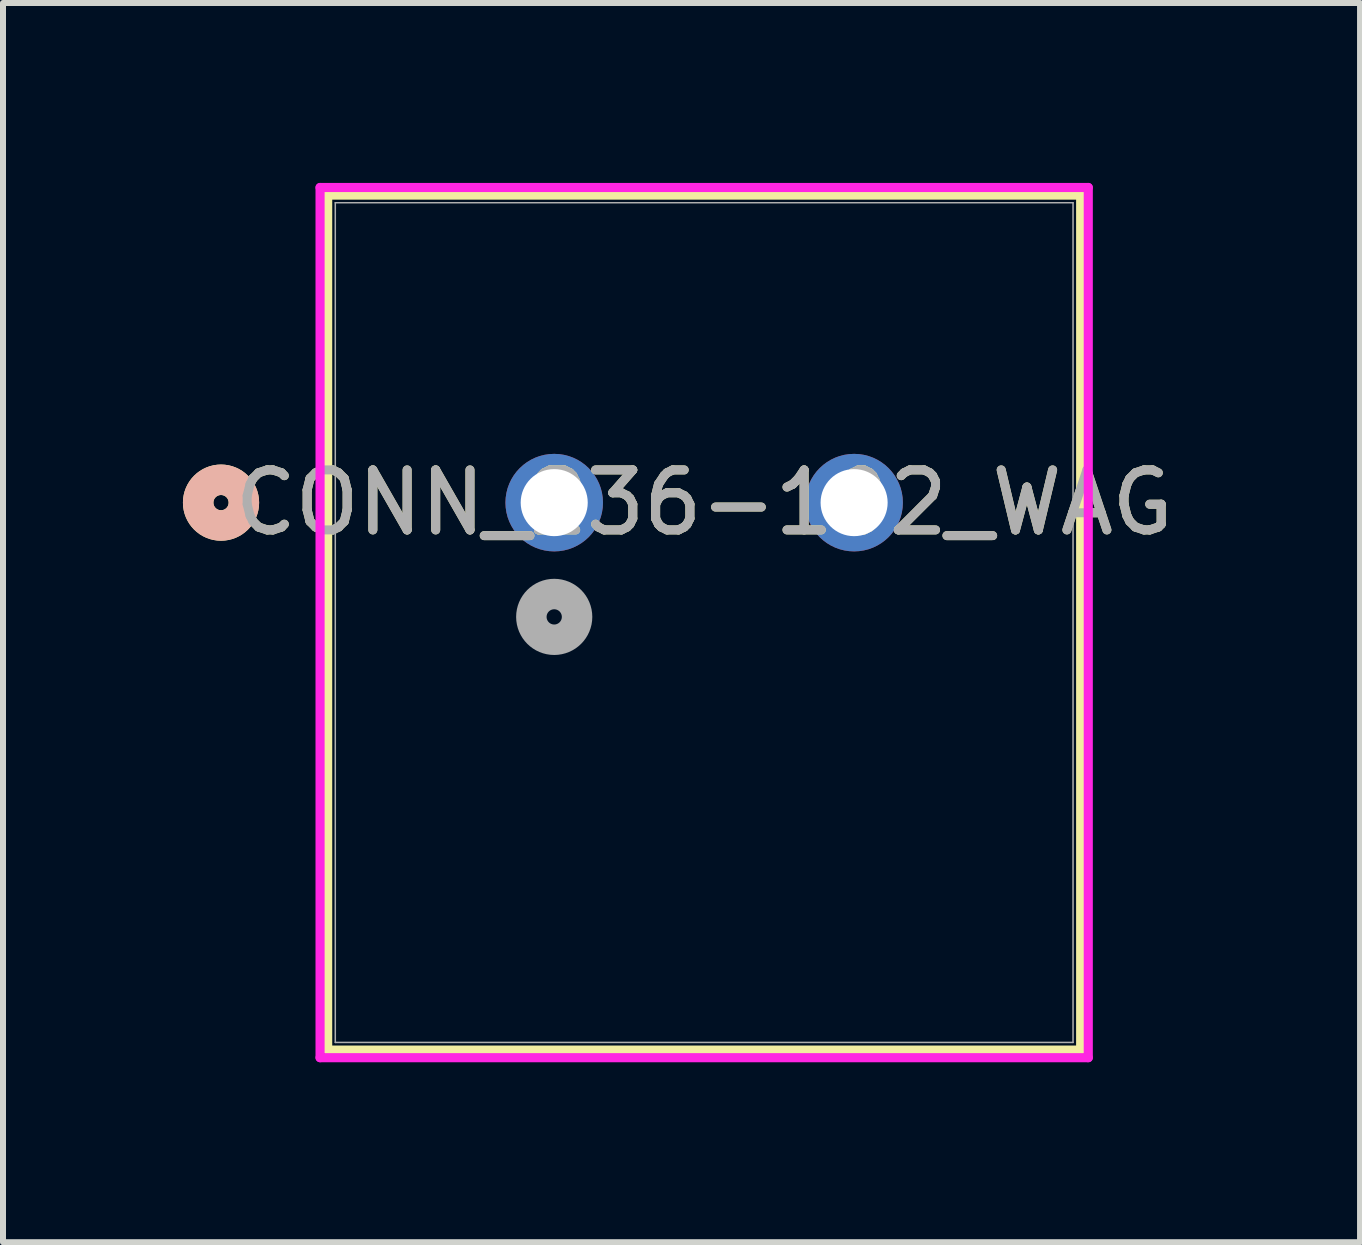
<source format=kicad_pcb>
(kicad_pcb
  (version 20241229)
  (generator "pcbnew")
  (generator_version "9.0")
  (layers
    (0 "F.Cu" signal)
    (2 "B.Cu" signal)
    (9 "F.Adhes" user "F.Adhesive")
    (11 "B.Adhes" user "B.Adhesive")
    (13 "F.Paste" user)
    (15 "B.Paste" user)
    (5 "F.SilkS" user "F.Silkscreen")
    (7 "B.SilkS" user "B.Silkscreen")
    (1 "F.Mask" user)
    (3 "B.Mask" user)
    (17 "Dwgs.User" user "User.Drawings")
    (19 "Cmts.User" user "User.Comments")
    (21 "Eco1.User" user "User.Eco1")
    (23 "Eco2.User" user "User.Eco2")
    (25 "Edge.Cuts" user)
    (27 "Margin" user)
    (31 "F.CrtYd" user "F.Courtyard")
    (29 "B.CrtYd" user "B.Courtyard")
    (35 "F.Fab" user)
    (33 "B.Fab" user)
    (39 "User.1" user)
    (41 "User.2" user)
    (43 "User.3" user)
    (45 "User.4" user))
  (footprint "CONN_236-102_WAG"
    (layer "F.Cu")
    (at 6.19 5.33)
    (property "Reference" "CONN_236-102_WAG" (at 2.5 0 0) (unlocked yes) (layer "F.SilkS") (effects (font (size 1 1) (thickness 0.15))))
    (attr through_hole)
    (fp_line (start -3.777 -5.127) (end -3.777 9.127) (stroke (width 0.152) (type solid)) (layer "F.SilkS"))
    (fp_line (start -3.777 9.127) (end 8.777 9.127) (stroke (width 0.152) (type solid)) (layer "F.SilkS"))
    (fp_line (start 8.777 -5.127) (end -3.777 -5.127) (stroke (width 0.152) (type solid)) (layer "F.SilkS"))
    (fp_line (start 8.777 9.127) (end 8.777 -5.127) (stroke (width 0.152) (type solid)) (layer "F.SilkS"))
    (fp_circle (center -5.555 0) (end -5.174 0) (stroke (width 0.508) (type solid)) (fill no) (layer "F.SilkS"))
    (fp_circle (center -5.555 0) (end -5.174 0) (stroke (width 0.508) (type solid)) (fill no) (layer "B.SilkS"))
    (fp_line (start -3.904 -5.254) (end -3.904 9.254) (stroke (width 0.152) (type solid)) (layer "F.CrtYd"))
    (fp_line (start -3.904 9.254) (end 8.904 9.254) (stroke (width 0.152) (type solid)) (layer "F.CrtYd"))
    (fp_line (start 8.904 -5.254) (end -3.904 -5.254) (stroke (width 0.152) (type solid)) (layer "F.CrtYd"))
    (fp_line (start 8.904 9.254) (end 8.904 -5.254) (stroke (width 0.152) (type solid)) (layer "F.CrtYd"))
    (fp_line (start -3.65 -5) (end -3.65 9) (stroke (width 0.025) (type solid)) (layer "F.Fab"))
    (fp_line (start -3.65 9) (end 8.65 9) (stroke (width 0.025) (type solid)) (layer "F.Fab"))
    (fp_line (start 8.65 -5) (end -3.65 -5) (stroke (width 0.025) (type solid)) (layer "F.Fab"))
    (fp_line (start 8.65 9) (end 8.65 -5) (stroke (width 0.025) (type solid)) (layer "F.Fab"))
    (fp_circle (center 0 1.905) (end 0.381 1.905) (stroke (width 0.508) (type solid)) (fill no) (layer "F.Fab"))
    (fp_text user "${REFERENCE}" (at 2.5 0 0) (unlocked yes) (layer "F.Fab") (effects (font (size 1 1) (thickness 0.15))))
    (pad "1" thru_hole circle (at 0 0) (size 1.626 1.626) (drill 1.118) (layers "*.Cu" "*.Mask"))
    (pad "2" thru_hole circle (at 5 0) (size 1.626 1.626) (drill 1.118) (layers "*.Cu" "*.Mask")))
  (gr_rect
    (start -3 -3)
    (end 19.625 17.66)
    (stroke (width 0.1) (type default))
    (fill no)
    (layer "Edge.Cuts")))
</source>
